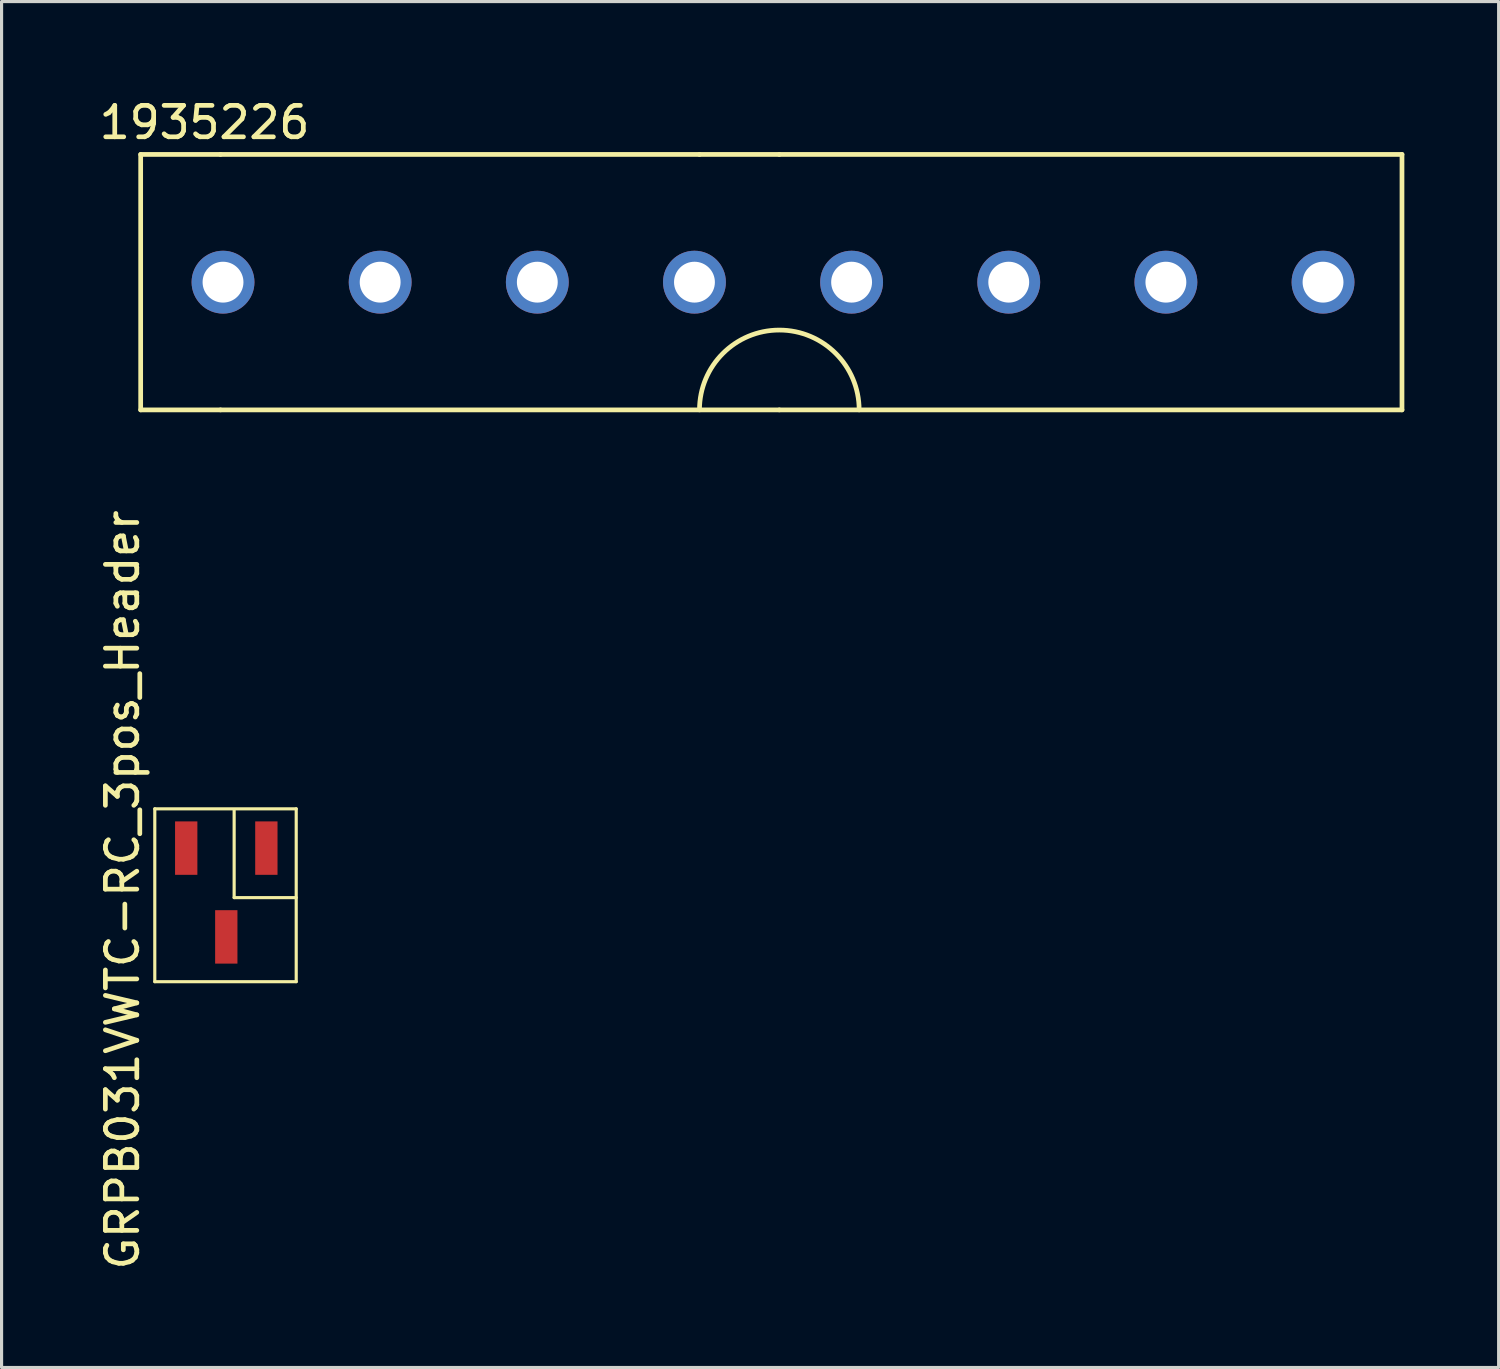
<source format=kicad_pcb>
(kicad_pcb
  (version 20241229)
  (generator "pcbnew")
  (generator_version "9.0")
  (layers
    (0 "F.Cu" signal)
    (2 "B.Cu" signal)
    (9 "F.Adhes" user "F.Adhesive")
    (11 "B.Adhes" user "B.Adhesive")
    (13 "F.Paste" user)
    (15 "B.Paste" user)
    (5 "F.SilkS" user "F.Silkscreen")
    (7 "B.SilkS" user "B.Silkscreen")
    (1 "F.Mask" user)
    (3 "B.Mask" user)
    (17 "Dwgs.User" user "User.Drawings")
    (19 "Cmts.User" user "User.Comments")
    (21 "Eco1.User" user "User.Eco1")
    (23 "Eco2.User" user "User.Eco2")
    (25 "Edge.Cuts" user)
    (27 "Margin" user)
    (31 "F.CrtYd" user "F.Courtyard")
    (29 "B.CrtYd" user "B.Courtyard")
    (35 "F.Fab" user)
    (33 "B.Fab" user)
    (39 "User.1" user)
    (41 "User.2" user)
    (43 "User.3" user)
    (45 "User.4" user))
  (footprint "1935226"
    (layer "F.Cu")
    (at 9.046 5.928)
    (property "Reference" "1935226" (at -5.588 -5.08 0) (layer "F.SilkS") (effects (font (size 1 1) (thickness 0.15))))
    (attr through_hole)
    (fp_line (start -7.62 -4.064) (end -7.62 4.064) (stroke (width 0.15) (type solid)) (layer "F.SilkS"))
    (fp_line (start -7.62 4.064) (end -5.08 4.064) (stroke (width 0.15) (type solid)) (layer "F.SilkS"))
    (fp_line (start -5.08 -4.064) (end -7.62 -4.064) (stroke (width 0.15) (type solid)) (layer "F.SilkS"))
    (fp_line (start -5.08 -4.064) (end 10.16 -4.064) (stroke (width 0.15) (type solid)) (layer "F.SilkS"))
    (fp_line (start 10.16 -4.064) (end 12.7 -4.064) (stroke (width 0.15) (type solid)) (layer "F.SilkS"))
    (fp_line (start 12.7 -4.064) (end 32.512 -4.064) (stroke (width 0.15) (type solid)) (layer "F.SilkS"))
    (fp_line (start 12.7 4.064) (end -5.08 4.064) (stroke (width 0.15) (type solid)) (layer "F.SilkS"))
    (fp_line (start 12.7 4.064) (end 32.512 4.064) (stroke (width 0.15) (type solid)) (layer "F.SilkS"))
    (fp_line (start 32.512 -4.064) (end 32.512 4.064) (stroke (width 0.15) (type solid)) (layer "F.SilkS"))
    (fp_arc (start 10.16 4.064) (mid 12.7 1.524) (end 15.24 4.064) (stroke (width 0.15) (type solid)) (layer "F.SilkS"))
    (pad "1" thru_hole circle (at -5 0) (size 2 2) (drill 1.3) (layers "*.Cu" "*.Mask"))
    (pad "2" thru_hole circle (at 0 0) (size 2 2) (drill 1.3) (layers "*.Cu" "*.Mask"))
    (pad "3" thru_hole circle (at 5 0) (size 2 2) (drill 1.3) (layers "*.Cu" "*.Mask"))
    (pad "4" thru_hole circle (at 10 0) (size 2 2) (drill 1.3) (layers "*.Cu" "*.Mask"))
    (pad "5" thru_hole circle (at 15 0) (size 2 2) (drill 1.3) (layers "*.Cu" "*.Mask" "F.Paste"))
    (pad "6" thru_hole circle (at 20 0) (size 2 2) (drill 1.3) (layers "*.Cu" "*.Mask"))
    (pad "7" thru_hole circle (at 25 0) (size 2 2) (drill 1.3) (layers "*.Cu" "*.Mask"))
    (pad "8" thru_hole circle (at 30 0) (size 2 2) (drill 1.3) (layers "*.Cu" "*.Mask")))
  (footprint "GRPB031VWTC-RC_3pos_Header"
    (layer "F.Cu")
    (at 4.15 25.01)
    (property "Reference" "GRPB031VWTC-RC_3pos_Header" (at -3.302 0.254 90) (layer "F.SilkS") (effects (font (size 1 1) (thickness 0.15))))
    (attr through_hole)
    (fp_line (start -2.275 -2.325) (end 2.225 -2.325) (stroke (width 0.1) (type solid)) (layer "F.SilkS"))
    (fp_line (start -2.275 3.175) (end -2.275 -2.325) (stroke (width 0.1) (type solid)) (layer "F.SilkS"))
    (fp_line (start 0.25 -2.275) (end 0.25 0.5) (stroke (width 0.1) (type solid)) (layer "F.SilkS"))
    (fp_line (start 0.25 0.5) (end 2.225 0.5) (stroke (width 0.1) (type solid)) (layer "F.SilkS"))
    (fp_line (start 2.225 -2.325) (end 2.225 3.175) (stroke (width 0.1) (type solid)) (layer "F.SilkS"))
    (fp_line (start 2.225 3.175) (end -2.275 3.175) (stroke (width 0.1) (type solid)) (layer "F.SilkS"))
    (pad "1" smd rect (at 1.275 -1.075) (size 0.71 1.7) (layers "F.Cu" "F.Mask" "F.Paste"))
    (pad "2" smd rect (at 0 1.75) (size 0.71 1.7) (layers "F.Cu" "F.Mask" "F.Paste"))
    (pad "3" smd rect (at -1.275 -1.075) (size 0.71 1.7) (layers "F.Cu" "F.Mask" "F.Paste")))
  (gr_rect
    (start -3 -3)
    (end 44.633 40.46)
    (stroke (width 0.1) (type default))
    (fill no)
    (layer "Edge.Cuts")))
</source>
